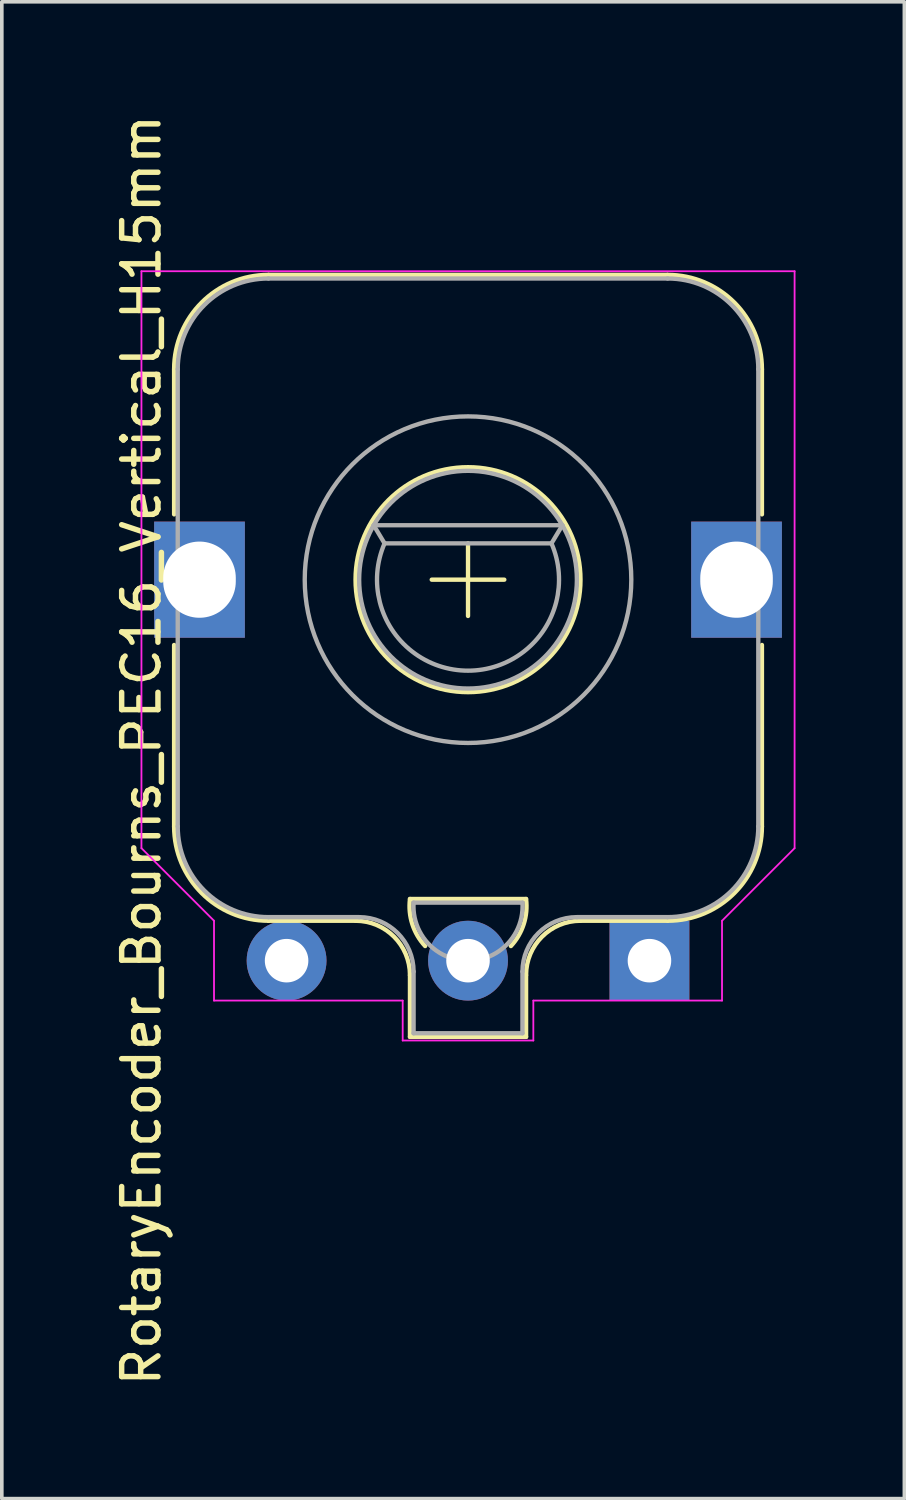
<source format=kicad_pcb>
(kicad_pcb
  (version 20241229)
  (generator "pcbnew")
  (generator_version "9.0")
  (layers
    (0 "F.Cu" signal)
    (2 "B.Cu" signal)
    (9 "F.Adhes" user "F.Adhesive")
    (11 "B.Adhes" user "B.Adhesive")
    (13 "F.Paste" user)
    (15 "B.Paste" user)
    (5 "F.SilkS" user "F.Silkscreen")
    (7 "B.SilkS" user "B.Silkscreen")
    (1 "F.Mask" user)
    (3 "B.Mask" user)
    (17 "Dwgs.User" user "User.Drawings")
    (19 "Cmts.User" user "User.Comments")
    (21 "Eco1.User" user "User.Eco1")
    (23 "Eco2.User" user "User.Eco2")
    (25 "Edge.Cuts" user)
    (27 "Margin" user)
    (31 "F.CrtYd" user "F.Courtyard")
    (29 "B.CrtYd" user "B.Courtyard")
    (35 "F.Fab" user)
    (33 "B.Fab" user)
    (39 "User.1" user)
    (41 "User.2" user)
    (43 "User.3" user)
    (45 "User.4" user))
  (footprint "RotaryEncoder_Bourns_PEC16_Vertical_H15mm"
    (layer "F.Cu")
    (at 9.848 12.925)
    (property "Reference" "RotaryEncoder_Bourns_PEC16_Vertical_H15mm" (at -9 4.7 90) (layer "F.SilkS") (effects (font (size 1 1) (thickness 0.15))))
    (attr through_hole)
    (fp_line (start -8.1 -5.8) (end -8.1 -1.8) (stroke (width 0.12) (type solid)) (layer "F.SilkS"))
    (fp_line (start -8.1 6.8) (end -8.1 1.8) (stroke (width 0.12) (type solid)) (layer "F.SilkS"))
    (fp_line (start -5.5 -8.4) (end 5.5 -8.4) (stroke (width 0.12) (type solid)) (layer "F.SilkS"))
    (fp_line (start -3.1 9.4) (end -5.5 9.4) (stroke (width 0.12) (type solid)) (layer "F.SilkS"))
    (fp_line (start -1.6 12.6) (end -1.6 10.9) (stroke (width 0.12) (type solid)) (layer "F.SilkS"))
    (fp_line (start -1 0) (end 1 0) (stroke (width 0.12) (type solid)) (layer "F.SilkS"))
    (fp_line (start 0 -1) (end 0 1) (stroke (width 0.12) (type solid)) (layer "F.SilkS"))
    (fp_line (start 1.6 8.8) (end -1.6 8.8) (stroke (width 0.12) (type solid)) (layer "F.SilkS"))
    (fp_line (start 1.6 10.9) (end 1.6 12.6) (stroke (width 0.12) (type solid)) (layer "F.SilkS"))
    (fp_line (start 1.6 12.6) (end -1.6 12.6) (stroke (width 0.12) (type solid)) (layer "F.SilkS"))
    (fp_line (start 5.5 9.4) (end 3.1 9.4) (stroke (width 0.12) (type solid)) (layer "F.SilkS"))
    (fp_line (start 8.1 -5.8) (end 8.1 -1.8) (stroke (width 0.12) (type solid)) (layer "F.SilkS"))
    (fp_line (start 8.1 6.8) (end 8.1 1.8) (stroke (width 0.12) (type solid)) (layer "F.SilkS"))
    (fp_arc (start -8.1 -5.8) (mid -7.338478 -7.638478) (end -5.5 -8.4) (stroke (width 0.12) (type solid)) (layer "F.SilkS"))
    (fp_arc (start -5.5 9.4) (mid -7.338478 8.638478) (end -8.1 6.8) (stroke (width 0.12) (type solid)) (layer "F.SilkS"))
    (fp_arc (start -3.1 9.4) (mid -2.03934 9.83934) (end -1.6 10.9) (stroke (width 0.12) (type solid)) (layer "F.SilkS"))
    (fp_arc (start -1.181669 10.097114) (mid -1.534616 9.494928) (end -1.6 8.8) (stroke (width 0.12) (type solid)) (layer "F.SilkS"))
    (fp_arc (start 1.6 8.8) (mid 1.534616 9.494928) (end 1.181669 10.097114) (stroke (width 0.12) (type solid)) (layer "F.SilkS"))
    (fp_arc (start 1.6 10.9) (mid 2.03934 9.83934) (end 3.1 9.4) (stroke (width 0.12) (type solid)) (layer "F.SilkS"))
    (fp_arc (start 5.5 -8.4) (mid 7.338478 -7.638478) (end 8.1 -5.8) (stroke (width 0.12) (type solid)) (layer "F.SilkS"))
    (fp_arc (start 8.1 6.8) (mid 7.338478 8.638478) (end 5.5 9.4) (stroke (width 0.12) (type solid)) (layer "F.SilkS"))
    (fp_circle (center 0 0) (end 3.1 0) (stroke (width 0.12) (type solid)) (fill no) (layer "F.SilkS"))
    (fp_line (start -9 -8.5) (end 9 -8.5) (stroke (width 0.05) (type solid)) (layer "F.CrtYd"))
    (fp_line (start -9 7.4) (end -9 -8.5) (stroke (width 0.05) (type solid)) (layer "F.CrtYd"))
    (fp_line (start -7 9.4) (end -9 7.4) (stroke (width 0.05) (type solid)) (layer "F.CrtYd"))
    (fp_line (start -7 11.6) (end -7 9.4) (stroke (width 0.05) (type solid)) (layer "F.CrtYd"))
    (fp_line (start -1.8 11.6) (end -7 11.6) (stroke (width 0.05) (type solid)) (layer "F.CrtYd"))
    (fp_line (start -1.8 11.6) (end -1.8 12.7) (stroke (width 0.05) (type solid)) (layer "F.CrtYd"))
    (fp_line (start -1.8 12.7) (end 1.8 12.7) (stroke (width 0.05) (type solid)) (layer "F.CrtYd"))
    (fp_line (start 1.8 12.7) (end 1.8 11.6) (stroke (width 0.05) (type solid)) (layer "F.CrtYd"))
    (fp_line (start 7 9.4) (end 9 7.4) (stroke (width 0.05) (type solid)) (layer "F.CrtYd"))
    (fp_line (start 7 11.6) (end 1.8 11.6) (stroke (width 0.05) (type solid)) (layer "F.CrtYd"))
    (fp_line (start 7 11.6) (end 7 9.4) (stroke (width 0.05) (type solid)) (layer "F.CrtYd"))
    (fp_line (start 9 -8.5) (end 9 7.4) (stroke (width 0.05) (type solid)) (layer "F.CrtYd"))
    (fp_line (start -8 6.8) (end -8 -5.8) (stroke (width 0.12) (type solid)) (layer "F.Fab"))
    (fp_line (start -5.5 -8.3) (end 5.5 -8.3) (stroke (width 0.12) (type solid)) (layer "F.Fab"))
    (fp_line (start -5.5 9.3) (end -3 9.3) (stroke (width 0.12) (type solid)) (layer "F.Fab"))
    (fp_line (start -2.6 -1.5) (end -2.3 -1) (stroke (width 0.12) (type solid)) (layer "F.Fab"))
    (fp_line (start -2.6 -1.5) (end 2.6 -1.5) (stroke (width 0.12) (type solid)) (layer "F.Fab"))
    (fp_line (start -2.3 -1) (end 2.3 -1) (stroke (width 0.12) (type solid)) (layer "F.Fab"))
    (fp_line (start -1.5 8.9) (end 1.5 8.9) (stroke (width 0.12) (type solid)) (layer "F.Fab"))
    (fp_line (start -1.5 10.8) (end -1.5 12.5) (stroke (width 0.12) (type solid)) (layer "F.Fab"))
    (fp_line (start -1.5 12.5) (end 1.5 12.5) (stroke (width 0.12) (type solid)) (layer "F.Fab"))
    (fp_line (start 1.5 12.5) (end 1.5 10.8) (stroke (width 0.12) (type solid)) (layer "F.Fab"))
    (fp_line (start 2.3 -1) (end 2.6 -1.5) (stroke (width 0.12) (type solid)) (layer "F.Fab"))
    (fp_line (start 3 9.3) (end 5.5 9.3) (stroke (width 0.12) (type solid)) (layer "F.Fab"))
    (fp_line (start 8 -5.8) (end 8 6.8) (stroke (width 0.12) (type solid)) (layer "F.Fab"))
    (fp_arc (start -8 -5.8) (mid -7.267767 -7.567767) (end -5.5 -8.3) (stroke (width 0.12) (type solid)) (layer "F.Fab"))
    (fp_arc (start -5.5 9.3) (mid -7.267767 8.567767) (end -8 6.8) (stroke (width 0.12) (type solid)) (layer "F.Fab"))
    (fp_arc (start -3 9.3) (mid -1.93934 9.73934) (end -1.5 10.8) (stroke (width 0.12) (type solid)) (layer "F.Fab"))
    (fp_arc (start 1.5 10.8) (mid 1.93934 9.73934) (end 3 9.3) (stroke (width 0.12) (type solid)) (layer "F.Fab"))
    (fp_arc (start 1.50022 8.903355) (mid -0.001681 10.503329) (end -1.5 8.9) (stroke (width 0.12) (type solid)) (layer "F.Fab"))
    (fp_arc (start 2.299999 -1) (mid 0 2.507986) (end -2.299999 -0.999999) (stroke (width 0.12) (type solid)) (layer "F.Fab"))
    (fp_arc (start 5.5 -8.3) (mid 7.267767 -7.567767) (end 8 -5.8) (stroke (width 0.12) (type solid)) (layer "F.Fab"))
    (fp_arc (start 8 6.8) (mid 7.267767 8.567767) (end 5.5 9.3) (stroke (width 0.12) (type solid)) (layer "F.Fab"))
    (fp_circle (center 0 0) (end 3 0) (stroke (width 0.12) (type solid)) (fill no) (layer "F.Fab"))
    (fp_circle (center 0 0) (end 4.5 0) (stroke (width 0.12) (type solid)) (fill no) (layer "F.Fab"))
    (pad "A" thru_hole circle (at -5 10.5) (size 2.2 2.2) (drill 1.2) (layers "*.Cu" "*.Mask"))
    (pad "B" thru_hole circle (at 0 10.5) (size 2.2 2.2) (drill 1.2) (layers "*.Cu" "*.Mask"))
    (pad "C" thru_hole rect (at 5 10.5) (size 2.2 2.2) (drill 1.2) (layers "*.Cu" "*.Mask"))
    (pad "MP" thru_hole rect (at -7.4 0) (size 2.5 3.2) (drill oval 2 2.1) (layers "*.Cu" "*.Mask"))
    (pad "MP" thru_hole rect (at 7.4 0) (size 2.5 3.2) (drill oval 2 2.1) (layers "*.Cu" "*.Mask")))
  (gr_rect
    (start -3 -3)
    (end 21.873 38.25)
    (stroke (width 0.1) (type default))
    (fill no)
    (layer "Edge.Cuts")))
</source>
